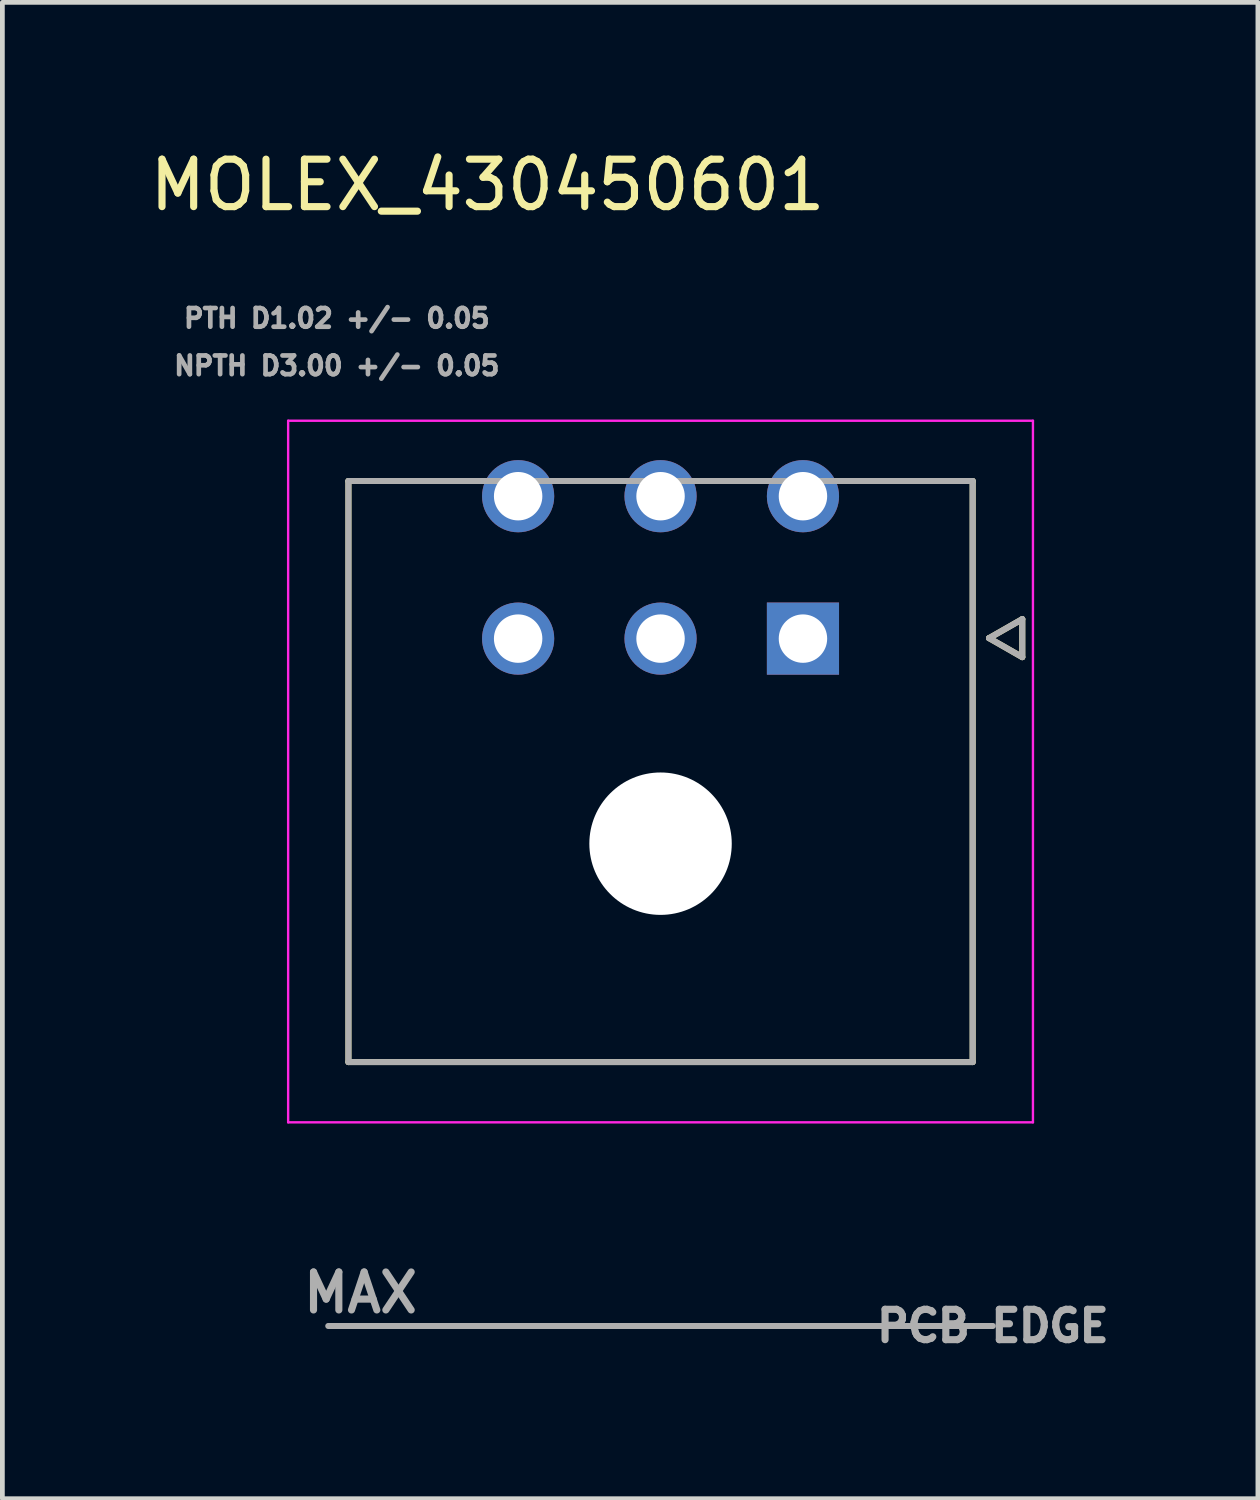
<source format=kicad_pcb>
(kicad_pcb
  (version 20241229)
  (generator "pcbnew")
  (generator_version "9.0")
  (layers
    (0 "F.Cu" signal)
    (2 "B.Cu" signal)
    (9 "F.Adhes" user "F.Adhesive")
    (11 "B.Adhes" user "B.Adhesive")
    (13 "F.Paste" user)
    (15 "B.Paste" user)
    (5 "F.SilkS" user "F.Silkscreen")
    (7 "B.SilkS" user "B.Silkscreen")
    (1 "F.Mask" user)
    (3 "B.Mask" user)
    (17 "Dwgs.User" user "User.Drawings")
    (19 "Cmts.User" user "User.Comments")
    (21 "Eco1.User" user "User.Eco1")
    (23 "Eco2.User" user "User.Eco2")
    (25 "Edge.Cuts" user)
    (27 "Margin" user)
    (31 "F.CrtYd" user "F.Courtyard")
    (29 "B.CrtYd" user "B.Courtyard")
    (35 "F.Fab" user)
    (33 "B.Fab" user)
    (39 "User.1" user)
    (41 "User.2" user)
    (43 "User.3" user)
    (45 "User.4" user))
  (footprint "MOLEX_430450601"
    (layer "F.Cu")
    (at 13.865 10.403)
    (property "Reference" "MOLEX_430450601" (at -6.645 -9.555 0) (layer "F.SilkS") (effects (font (size 1 1) (thickness 0.15))))
    (attr through_hole)
    (fp_circle (center -6 -3) (end -5.582 -3) (stroke (width 0.836) (type solid)) (fill no) (layer "F.Mask"))
    (fp_circle (center -6 0) (end -5.582 0) (stroke (width 0.836) (type solid)) (fill no) (layer "F.Mask"))
    (fp_circle (center -3 -3) (end -2.582 -3) (stroke (width 0.836) (type solid)) (fill no) (layer "F.Mask"))
    (fp_circle (center -3 0) (end -2.582 0) (stroke (width 0.836) (type solid)) (fill no) (layer "F.Mask"))
    (fp_circle (center -3 4.32) (end -2.212 4.32) (stroke (width 1.576) (type solid)) (fill no) (layer "F.Mask"))
    (fp_circle (center 0 -3) (end 0.418 -3) (stroke (width 0.836) (type solid)) (fill no) (layer "F.Mask"))
    (fp_poly (pts (xy -0.836 -0.836) (xy 0.836 -0.836) (xy 0.836 0.836) (xy -0.836 0.836)) (stroke (width 0.01) (type solid)) (fill yes) (layer "F.Mask"))
    (fp_circle (center -6 -3) (end -5.582 -3) (stroke (width 0.836) (type solid)) (fill no) (layer "B.Mask"))
    (fp_circle (center -6 0) (end -5.582 0) (stroke (width 0.836) (type solid)) (fill no) (layer "B.Mask"))
    (fp_circle (center -3 -3) (end -2.582 -3) (stroke (width 0.836) (type solid)) (fill no) (layer "B.Mask"))
    (fp_circle (center -3 0) (end -2.582 0) (stroke (width 0.836) (type solid)) (fill no) (layer "B.Mask"))
    (fp_circle (center -3 4.32) (end -2.212 4.32) (stroke (width 1.576) (type solid)) (fill no) (layer "B.Mask"))
    (fp_circle (center 0 -3) (end 0.418 -3) (stroke (width 0.836) (type solid)) (fill no) (layer "B.Mask"))
    (fp_poly (pts (xy -0.836 -0.836) (xy 0.836 -0.836) (xy 0.836 0.836) (xy -0.836 0.836)) (stroke (width 0.01) (type solid)) (fill yes) (layer "B.Mask"))
    (fp_line (start -9.575 -3.32) (end -9.575 8.92) (stroke (width 0.127) (type solid)) (layer "F.SilkS"))
    (fp_line (start -9.575 8.92) (end 3.575 8.92) (stroke (width 0.127) (type solid)) (layer "F.SilkS"))
    (fp_line (start -7.5 -3.32) (end -9.575 -3.32) (stroke (width 0.127) (type solid)) (layer "F.SilkS"))
    (fp_line (start 3.575 -3.32) (end 1.5 -3.32) (stroke (width 0.127) (type solid)) (layer "F.SilkS"))
    (fp_line (start 3.575 8.92) (end 3.575 -3.32) (stroke (width 0.127) (type solid)) (layer "F.SilkS"))
    (fp_line (start 3.92 -0.01) (end 4.62 0.39) (stroke (width 0.127) (type solid)) (layer "F.SilkS"))
    (fp_line (start 4.62 -0.41) (end 3.92 -0.01) (stroke (width 0.127) (type solid)) (layer "F.SilkS"))
    (fp_line (start 4.62 0.39) (end 4.62 -0.41) (stroke (width 0.127) (type solid)) (layer "F.SilkS"))
    (fp_line (start -10.845 -4.59) (end 4.845 -4.59) (stroke (width 0.05) (type solid)) (layer "F.CrtYd"))
    (fp_line (start -10.845 10.19) (end -10.845 -4.59) (stroke (width 0.05) (type solid)) (layer "F.CrtYd"))
    (fp_line (start 4.845 -4.59) (end 4.845 10.19) (stroke (width 0.05) (type solid)) (layer "F.CrtYd"))
    (fp_line (start 4.845 10.19) (end -10.845 10.19) (stroke (width 0.05) (type solid)) (layer "F.CrtYd"))
    (fp_line (start -10 14.48) (end 4 14.48) (stroke (width 0.127) (type solid)) (layer "F.Fab"))
    (fp_line (start -9.575 -3.32) (end -9.575 8.92) (stroke (width 0.127) (type solid)) (layer "F.Fab"))
    (fp_line (start -9.575 8.92) (end 3.575 8.92) (stroke (width 0.127) (type solid)) (layer "F.Fab"))
    (fp_line (start 3.575 -3.32) (end -9.575 -3.32) (stroke (width 0.127) (type solid)) (layer "F.Fab"))
    (fp_line (start 3.575 8.92) (end 3.575 -3.32) (stroke (width 0.127) (type solid)) (layer "F.Fab"))
    (fp_line (start 3.92 -0.01) (end 4.62 0.39) (stroke (width 0.127) (type solid)) (layer "F.Fab"))
    (fp_line (start 4.62 -0.41) (end 3.92 -0.01) (stroke (width 0.127) (type solid)) (layer "F.Fab"))
    (fp_line (start 4.62 0.39) (end 4.62 -0.41) (stroke (width 0.127) (type solid)) (layer "F.Fab"))
    (fp_text user "NPTH D3.00 +/- 0.05" (at -9.82 -5.748 0) (layer "F.Fab") (effects (font (size 0.394 0.394) (thickness 0.15))))
    (fp_text user "PTH D1.02 +/- 0.05" (at -9.82 -6.748 0) (layer "F.Fab") (effects (font (size 0.394 0.394) (thickness 0.15))))
    (fp_text user "PCB EDGE" (at 4 14.48 0) (layer "F.Fab") (effects (font (size 0.64 0.64) (thickness 0.15))))
    (fp_text user "MAX" (at -9.32 13.78 0) (layer "F.Fab") (effects (font (size 0.8 0.8) (thickness 0.15))))
    (pad "" np_thru_hole circle (at -3 4.32) (size 3 3) (drill 3) (layers "*.Cu" "*.Mask"))
    (pad "1" thru_hole rect (at 0 0) (size 1.52 1.52) (drill 1.02) (layers "*.Cu"))
    (pad "2" thru_hole circle (at -3 0) (size 1.52 1.52) (drill 1.02) (layers "*.Cu"))
    (pad "3" thru_hole circle (at -6 0) (size 1.52 1.52) (drill 1.02) (layers "*.Cu"))
    (pad "4" thru_hole circle (at 0 -3) (size 1.52 1.52) (drill 1.02) (layers "*.Cu"))
    (pad "5" thru_hole circle (at -3 -3) (size 1.52 1.52) (drill 1.02) (layers "*.Cu"))
    (pad "6" thru_hole circle (at -6 -3) (size 1.52 1.52) (drill 1.02) (layers "*.Cu")))
  (gr_rect
    (start -3 -3)
    (end 23.449 28.521)
    (stroke (width 0.1) (type default))
    (fill no)
    (layer "Edge.Cuts")))
</source>
